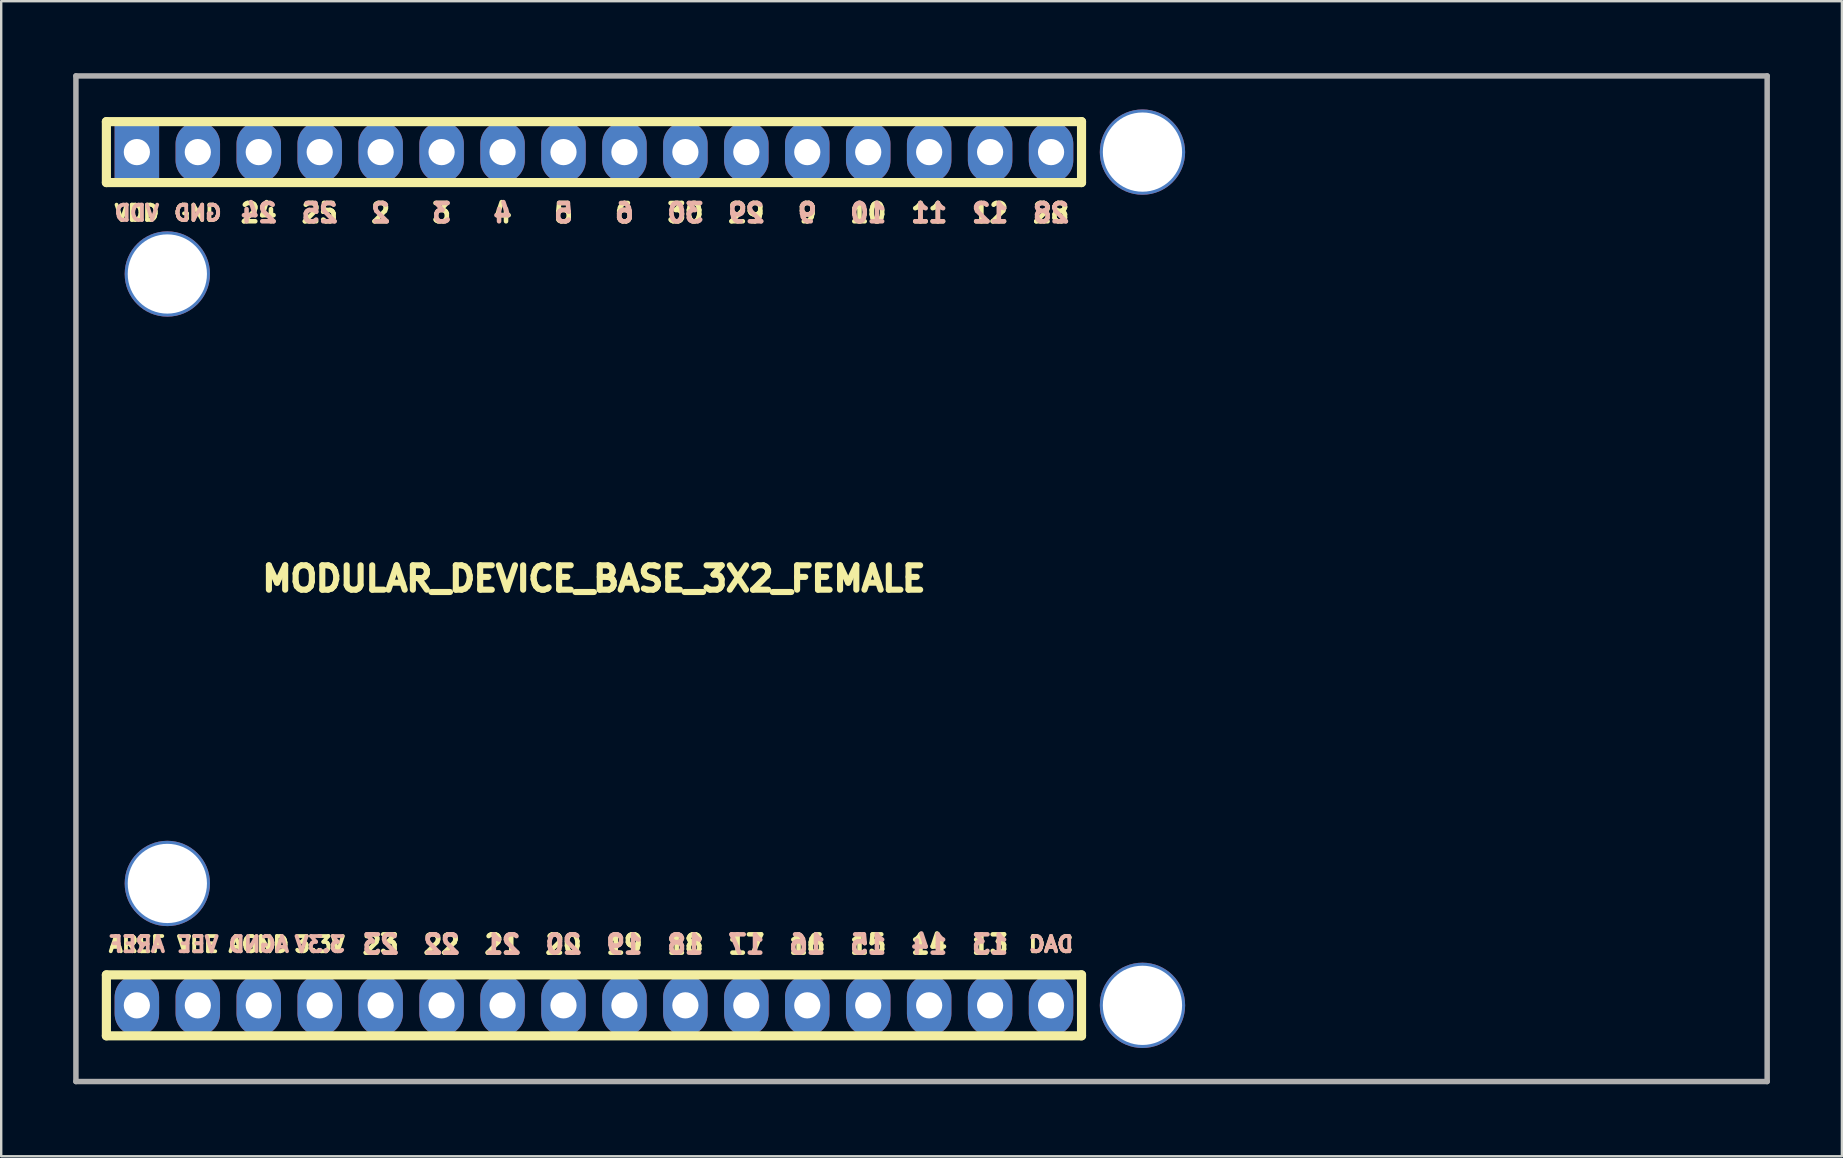
<source format=kicad_pcb>
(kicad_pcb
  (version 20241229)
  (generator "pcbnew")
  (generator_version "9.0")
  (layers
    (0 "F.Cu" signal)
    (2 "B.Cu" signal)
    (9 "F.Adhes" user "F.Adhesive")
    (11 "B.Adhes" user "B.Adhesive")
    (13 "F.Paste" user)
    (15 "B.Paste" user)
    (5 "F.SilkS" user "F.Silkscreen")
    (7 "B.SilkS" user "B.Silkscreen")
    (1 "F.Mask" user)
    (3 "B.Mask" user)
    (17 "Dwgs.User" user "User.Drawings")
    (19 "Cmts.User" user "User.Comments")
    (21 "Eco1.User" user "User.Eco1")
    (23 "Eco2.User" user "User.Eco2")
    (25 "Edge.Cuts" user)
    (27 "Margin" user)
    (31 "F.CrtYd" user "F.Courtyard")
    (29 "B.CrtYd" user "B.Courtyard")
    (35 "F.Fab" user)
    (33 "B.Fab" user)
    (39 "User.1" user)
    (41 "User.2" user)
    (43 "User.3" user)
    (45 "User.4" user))
  (footprint "MODULAR_DEVICE_BASE_3X2_FEMALE"
    (layer "F.Cu")
    (at 21.704 21.069)
    (property "Reference" "MODULAR_DEVICE_BASE_3X2_FEMALE" (at 0 0 0) (layer "F.SilkS") (effects (font (size 1.016 1.016) (thickness 0.254))))
    (property "Value" "${VALUE}" (at 0 2.54 0) (layer "F.SilkS") (hide yes) (effects (font (size 1.524 1.524) (thickness 0.305))))
    (attr through_hole)
    (fp_line (start -20.32 -19.05) (end -20.32 -16.51) (stroke (width 0.381) (type solid)) (layer "F.SilkS"))
    (fp_line (start -20.32 -16.51) (end 20.32 -16.51) (stroke (width 0.381) (type solid)) (layer "F.SilkS"))
    (fp_line (start -20.32 16.51) (end -20.32 19.05) (stroke (width 0.381) (type solid)) (layer "F.SilkS"))
    (fp_line (start -20.32 19.05) (end 20.32 19.05) (stroke (width 0.381) (type solid)) (layer "F.SilkS"))
    (fp_line (start 20.32 -19.05) (end -20.32 -19.05) (stroke (width 0.381) (type solid)) (layer "F.SilkS"))
    (fp_line (start 20.32 -16.51) (end 20.32 -19.05) (stroke (width 0.381) (type solid)) (layer "F.SilkS"))
    (fp_line (start 20.32 16.51) (end -20.32 16.51) (stroke (width 0.381) (type solid)) (layer "F.SilkS"))
    (fp_line (start 20.32 19.05) (end 20.32 16.51) (stroke (width 0.381) (type solid)) (layer "F.SilkS"))
    (fp_line (start -21.59 -20.955) (end -21.59 20.955) (stroke (width 0.229) (type solid)) (layer "F.Fab"))
    (fp_line (start -21.59 20.955) (end 48.895 20.955) (stroke (width 0.229) (type solid)) (layer "F.Fab"))
    (fp_line (start 48.895 -20.955) (end -21.59 -20.955) (stroke (width 0.229) (type solid)) (layer "F.Fab"))
    (fp_line (start 48.895 20.955) (end 48.895 -20.955) (stroke (width 0.229) (type solid)) (layer "F.Fab"))
    (fp_text user "19" (at 1.27 15.24 0) (layer "F.SilkS") (effects (font (size 0.762 0.762) (thickness 0.191))))
    (fp_text user "VEE" (at -16.51 15.24 0) (layer "F.SilkS") (effects (font (size 0.635 0.635) (thickness 0.159))))
    (fp_text user "28" (at 19.05 -15.24 0) (layer "F.SilkS") (effects (font (size 0.762 0.762) (thickness 0.191))))
    (fp_text user "29" (at 6.35 -15.24 0) (layer "F.SilkS") (effects (font (size 0.762 0.762) (thickness 0.191))))
    (fp_text user "16" (at 8.89 15.24 0) (layer "F.SilkS") (effects (font (size 0.762 0.762) (thickness 0.191))))
    (fp_text user "VDD" (at -19.05 -15.24 0) (layer "F.SilkS") (effects (font (size 0.635 0.635) (thickness 0.159))))
    (fp_text user "17" (at 6.35 15.24 0) (layer "F.SilkS") (effects (font (size 0.762 0.762) (thickness 0.191))))
    (fp_text user "18" (at 3.81 15.24 0) (layer "F.SilkS") (effects (font (size 0.762 0.762) (thickness 0.191))))
    (fp_text user "23" (at -8.89 15.24 0) (layer "F.SilkS") (effects (font (size 0.762 0.762) (thickness 0.191))))
    (fp_text user "21" (at -3.81 15.24 0) (layer "F.SilkS") (effects (font (size 0.762 0.762) (thickness 0.191))))
    (fp_text user "AREF" (at -19.05 15.24 0) (layer "F.SilkS") (effects (font (size 0.635 0.635) (thickness 0.159))))
    (fp_text user "15" (at 11.43 15.24 0) (layer "F.SilkS") (effects (font (size 0.762 0.762) (thickness 0.191))))
    (fp_text user "9" (at 8.89 -15.24 0) (layer "F.SilkS") (effects (font (size 0.762 0.762) (thickness 0.191))))
    (fp_text user "13" (at 16.51 15.24 0) (layer "F.SilkS") (effects (font (size 0.762 0.762) (thickness 0.191))))
    (fp_text user "20" (at -1.27 15.24 0) (layer "F.SilkS") (effects (font (size 0.762 0.762) (thickness 0.191))))
    (fp_text user "3.3V" (at -11.43 15.24 0) (layer "F.SilkS") (effects (font (size 0.635 0.635) (thickness 0.159))))
    (fp_text user "AGND" (at -13.97 15.24 0) (layer "F.SilkS") (effects (font (size 0.635 0.635) (thickness 0.159))))
    (fp_text user "3" (at -6.35 -15.24 0) (layer "F.SilkS") (effects (font (size 0.762 0.762) (thickness 0.191))))
    (fp_text user "6" (at 1.27 -15.24 0) (layer "F.SilkS") (effects (font (size 0.762 0.762) (thickness 0.191))))
    (fp_text user "25" (at -11.43 -15.24 0) (layer "F.SilkS") (effects (font (size 0.762 0.762) (thickness 0.191))))
    (fp_text user "GND" (at -16.51 -15.24 0) (layer "F.SilkS") (effects (font (size 0.635 0.635) (thickness 0.159))))
    (fp_text user "4" (at -3.81 -15.24 0) (layer "F.SilkS") (effects (font (size 0.762 0.762) (thickness 0.191))))
    (fp_text user "12" (at 16.51 -15.24 0) (layer "F.SilkS") (effects (font (size 0.762 0.762) (thickness 0.191))))
    (fp_text user "10" (at 11.43 -15.24 0) (layer "F.SilkS") (effects (font (size 0.762 0.762) (thickness 0.191))))
    (fp_text user "5" (at -1.27 -15.24 0) (layer "F.SilkS") (effects (font (size 0.762 0.762) (thickness 0.191))))
    (fp_text user "11" (at 13.97 -15.24 0) (layer "F.SilkS") (effects (font (size 0.762 0.762) (thickness 0.191))))
    (fp_text user "2" (at -8.89 -15.24 0) (layer "F.SilkS") (effects (font (size 0.762 0.762) (thickness 0.191))))
    (fp_text user "22" (at -6.35 15.24 0) (layer "F.SilkS") (effects (font (size 0.762 0.762) (thickness 0.191))))
    (fp_text user "14" (at 13.97 15.24 0) (layer "F.SilkS") (effects (font (size 0.762 0.762) (thickness 0.191))))
    (fp_text user "30" (at 3.81 -15.24 0) (layer "F.SilkS") (effects (font (size 0.762 0.762) (thickness 0.191))))
    (fp_text user "DAC" (at 19.05 15.24 0) (layer "F.SilkS") (effects (font (size 0.635 0.635) (thickness 0.159))))
    (fp_text user "24" (at -13.97 -15.24 0) (layer "F.SilkS") (effects (font (size 0.762 0.762) (thickness 0.191))))
    (fp_text user "22" (at -6.35 15.24 0) (layer "B.SilkS") (effects (font (size 0.762 0.762) (thickness 0.191)) (justify mirror)))
    (fp_text user "AREF" (at -19.05 15.24 0) (layer "B.SilkS") (effects (font (size 0.635 0.635) (thickness 0.159)) (justify mirror)))
    (fp_text user "11" (at 13.97 -15.24 0) (layer "B.SilkS") (effects (font (size 0.762 0.762) (thickness 0.191)) (justify mirror)))
    (fp_text user "2" (at -8.89 -15.24 0) (layer "B.SilkS") (effects (font (size 0.762 0.762) (thickness 0.191)) (justify mirror)))
    (fp_text user "15" (at 11.43 15.24 0) (layer "B.SilkS") (effects (font (size 0.762 0.762) (thickness 0.191)) (justify mirror)))
    (fp_text user "13" (at 16.51 15.24 0) (layer "B.SilkS") (effects (font (size 0.762 0.762) (thickness 0.191)) (justify mirror)))
    (fp_text user "4" (at -3.81 -15.24 0) (layer "B.SilkS") (effects (font (size 0.762 0.762) (thickness 0.191)) (justify mirror)))
    (fp_text user "3.3V" (at -11.43 15.24 0) (layer "B.SilkS") (effects (font (size 0.635 0.635) (thickness 0.159)) (justify mirror)))
    (fp_text user "21" (at -3.81 15.24 0) (layer "B.SilkS") (effects (font (size 0.762 0.762) (thickness 0.191)) (justify mirror)))
    (fp_text user "DAC" (at 19.05 15.24 0) (layer "B.SilkS") (effects (font (size 0.635 0.635) (thickness 0.159)) (justify mirror)))
    (fp_text user "10" (at 11.43 -15.24 0) (layer "B.SilkS") (effects (font (size 0.762 0.762) (thickness 0.191)) (justify mirror)))
    (fp_text user "VDD" (at -19.05 -15.24 0) (layer "B.SilkS") (effects (font (size 0.635 0.635) (thickness 0.159)) (justify mirror)))
    (fp_text user "30" (at 3.81 -15.24 0) (layer "B.SilkS") (effects (font (size 0.762 0.762) (thickness 0.191)) (justify mirror)))
    (fp_text user "17" (at 6.35 15.24 0) (layer "B.SilkS") (effects (font (size 0.762 0.762) (thickness 0.191)) (justify mirror)))
    (fp_text user "28" (at 19.05 -15.24 0) (layer "B.SilkS") (effects (font (size 0.762 0.762) (thickness 0.191)) (justify mirror)))
    (fp_text user "VEE" (at -16.51 15.24 0) (layer "B.SilkS") (effects (font (size 0.635 0.635) (thickness 0.159)) (justify mirror)))
    (fp_text user "29" (at 6.35 -15.24 0) (layer "B.SilkS") (effects (font (size 0.762 0.762) (thickness 0.191)) (justify mirror)))
    (fp_text user "23" (at -8.89 15.24 0) (layer "B.SilkS") (effects (font (size 0.762 0.762) (thickness 0.191)) (justify mirror)))
    (fp_text user "5" (at -1.27 -15.24 0) (layer "B.SilkS") (effects (font (size 0.762 0.762) (thickness 0.191)) (justify mirror)))
    (fp_text user "3" (at -6.35 -15.24 0) (layer "B.SilkS") (effects (font (size 0.762 0.762) (thickness 0.191)) (justify mirror)))
    (fp_text user "20" (at -1.27 15.24 0) (layer "B.SilkS") (effects (font (size 0.762 0.762) (thickness 0.191)) (justify mirror)))
    (fp_text user "GND" (at -16.51 -15.24 0) (layer "B.SilkS") (effects (font (size 0.635 0.635) (thickness 0.159)) (justify mirror)))
    (fp_text user "AGND" (at -13.97 15.24 0) (layer "B.SilkS") (effects (font (size 0.635 0.635) (thickness 0.159)) (justify mirror)))
    (fp_text user "16" (at 8.89 15.24 0) (layer "B.SilkS") (effects (font (size 0.762 0.762) (thickness 0.191)) (justify mirror)))
    (fp_text user "12" (at 16.51 -15.24 0) (layer "B.SilkS") (effects (font (size 0.762 0.762) (thickness 0.191)) (justify mirror)))
    (fp_text user "19" (at 1.27 15.24 0) (layer "B.SilkS") (effects (font (size 0.762 0.762) (thickness 0.191)) (justify mirror)))
    (fp_text user "25" (at -11.43 -15.24 0) (layer "B.SilkS") (effects (font (size 0.762 0.762) (thickness 0.191)) (justify mirror)))
    (fp_text user "24" (at -13.97 -15.24 0) (layer "B.SilkS") (effects (font (size 0.762 0.762) (thickness 0.191)) (justify mirror)))
    (fp_text user "6" (at 1.27 -15.24 0) (layer "B.SilkS") (effects (font (size 0.762 0.762) (thickness 0.191)) (justify mirror)))
    (fp_text user "14" (at 13.97 15.24 0) (layer "B.SilkS") (effects (font (size 0.762 0.762) (thickness 0.191)) (justify mirror)))
    (fp_text user "18" (at 3.81 15.24 0) (layer "B.SilkS") (effects (font (size 0.762 0.762) (thickness 0.191)) (justify mirror)))
    (fp_text user "9" (at 8.89 -15.24 0) (layer "B.SilkS") (effects (font (size 0.762 0.762) (thickness 0.191)) (justify mirror)))
    (pad "" thru_hole circle (at -17.78 -12.7) (size 3.556 3.556) (drill 3.302) (layers "*.Cu" "*.Mask"))
    (pad "" thru_hole circle (at -17.78 12.7) (size 3.556 3.556) (drill 3.302) (layers "*.Cu" "*.Mask"))
    (pad "" thru_hole circle (at 22.86 -17.78) (size 3.556 3.556) (drill 3.302) (layers "*.Cu" "*.Mask"))
    (pad "" thru_hole circle (at 22.86 17.78) (size 3.556 3.556) (drill 3.302) (layers "*.Cu" "*.Mask"))
    (pad "2" thru_hole oval (at -8.89 -17.78) (size 1.854 2.54) (drill 1.092) (layers "*.Cu" "*.Mask"))
    (pad "3" thru_hole oval (at -6.35 -17.78) (size 1.854 2.54) (drill 1.092) (layers "*.Cu" "*.Mask"))
    (pad "3V3" thru_hole oval (at -11.43 17.78) (size 1.854 2.54) (drill 1.092) (layers "*.Cu" "*.Mask"))
    (pad "4" thru_hole oval (at -3.81 -17.78) (size 1.854 2.54) (drill 1.092) (layers "*.Cu" "*.Mask"))
    (pad "5" thru_hole oval (at -1.27 -17.78) (size 1.854 2.54) (drill 1.092) (layers "*.Cu" "*.Mask"))
    (pad "6" thru_hole oval (at 1.27 -17.78) (size 1.854 2.54) (drill 1.092) (layers "*.Cu" "*.Mask"))
    (pad "9" thru_hole oval (at 8.89 -17.78) (size 1.854 2.54) (drill 1.092) (layers "*.Cu" "*.Mask"))
    (pad "10" thru_hole oval (at 11.43 -17.78) (size 1.854 2.54) (drill 1.092) (layers "*.Cu" "*.Mask"))
    (pad "11" thru_hole oval (at 13.97 -17.78) (size 1.854 2.54) (drill 1.092) (layers "*.Cu" "*.Mask"))
    (pad "12" thru_hole oval (at 16.51 -17.78) (size 1.854 2.54) (drill 1.092) (layers "*.Cu" "*.Mask"))
    (pad "13" thru_hole oval (at 16.51 17.78) (size 1.854 2.54) (drill 1.092) (layers "*.Cu" "*.Mask"))
    (pad "14" thru_hole oval (at 13.97 17.78) (size 1.854 2.54) (drill 1.092) (layers "*.Cu" "*.Mask"))
    (pad "15" thru_hole oval (at 11.43 17.78) (size 1.854 2.54) (drill 1.092) (layers "*.Cu" "*.Mask"))
    (pad "16" thru_hole oval (at 8.89 17.78) (size 1.854 2.54) (drill 1.092) (layers "*.Cu" "*.Mask"))
    (pad "17" thru_hole oval (at 6.35 17.78) (size 1.854 2.54) (drill 1.092) (layers "*.Cu" "*.Mask"))
    (pad "18" thru_hole oval (at 3.81 17.78) (size 1.854 2.54) (drill 1.092) (layers "*.Cu" "*.Mask"))
    (pad "19" thru_hole oval (at 1.27 17.78) (size 1.854 2.54) (drill 1.092) (layers "*.Cu" "*.Mask"))
    (pad "20" thru_hole oval (at -1.27 17.78) (size 1.854 2.54) (drill 1.092) (layers "*.Cu" "*.Mask"))
    (pad "21" thru_hole oval (at -3.81 17.78) (size 1.854 2.54) (drill 1.092) (layers "*.Cu" "*.Mask"))
    (pad "22" thru_hole oval (at -6.35 17.78) (size 1.854 2.54) (drill 1.092) (layers "*.Cu" "*.Mask"))
    (pad "23" thru_hole oval (at -8.89 17.78) (size 1.854 2.54) (drill 1.092) (layers "*.Cu" "*.Mask"))
    (pad "24" thru_hole oval (at -13.97 -17.78) (size 1.854 2.54) (drill 1.092) (layers "*.Cu" "*.Mask"))
    (pad "25" thru_hole oval (at -11.43 -17.78) (size 1.854 2.54) (drill 1.092) (layers "*.Cu" "*.Mask"))
    (pad "28" thru_hole oval (at 19.05 -17.78) (size 1.854 2.54) (drill 1.092) (layers "*.Cu" "*.Mask"))
    (pad "29" thru_hole oval (at 6.35 -17.78) (size 1.854 2.54) (drill 1.092) (layers "*.Cu" "*.Mask"))
    (pad "30" thru_hole oval (at 3.81 -17.78) (size 1.854 2.54) (drill 1.092) (layers "*.Cu" "*.Mask"))
    (pad "AGND" thru_hole oval (at -13.97 17.78) (size 1.854 2.54) (drill 1.092) (layers "*.Cu" "*.Mask"))
    (pad "AREF" thru_hole oval (at -19.05 17.78) (size 1.854 2.54) (drill 1.092) (layers "*.Cu" "*.Mask"))
    (pad "DAC" thru_hole oval (at 19.05 17.78) (size 1.854 2.54) (drill 1.092) (layers "*.Cu" "*.Mask"))
    (pad "GND" thru_hole oval (at -16.51 -17.78) (size 1.854 2.54) (drill 1.092) (layers "*.Cu" "*.Mask"))
    (pad "VDD" thru_hole rect (at -19.05 -17.78) (size 1.854 2.54) (drill 1.092) (layers "*.Cu" "*.Mask"))
    (pad "VEE" thru_hole oval (at -16.51 17.78) (size 1.854 2.54) (drill 1.092) (layers "*.Cu" "*.Mask")))
  (gr_rect
    (start -3 -3)
    (end 73.714 45.139)
    (stroke (width 0.1) (type default))
    (fill no)
    (layer "Edge.Cuts")))
</source>
